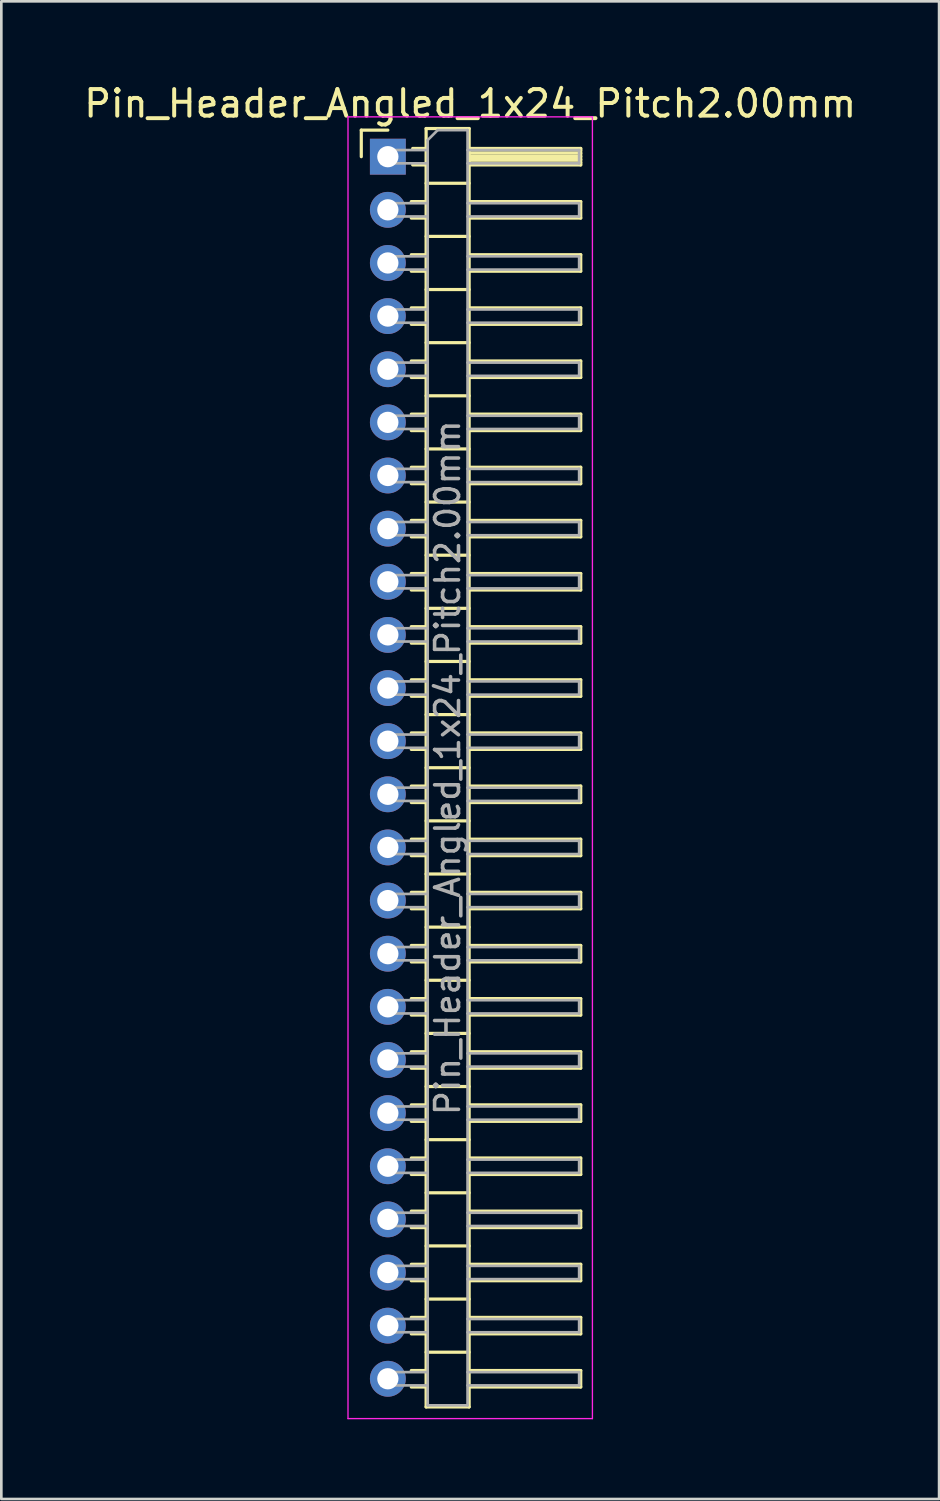
<source format=kicad_pcb>
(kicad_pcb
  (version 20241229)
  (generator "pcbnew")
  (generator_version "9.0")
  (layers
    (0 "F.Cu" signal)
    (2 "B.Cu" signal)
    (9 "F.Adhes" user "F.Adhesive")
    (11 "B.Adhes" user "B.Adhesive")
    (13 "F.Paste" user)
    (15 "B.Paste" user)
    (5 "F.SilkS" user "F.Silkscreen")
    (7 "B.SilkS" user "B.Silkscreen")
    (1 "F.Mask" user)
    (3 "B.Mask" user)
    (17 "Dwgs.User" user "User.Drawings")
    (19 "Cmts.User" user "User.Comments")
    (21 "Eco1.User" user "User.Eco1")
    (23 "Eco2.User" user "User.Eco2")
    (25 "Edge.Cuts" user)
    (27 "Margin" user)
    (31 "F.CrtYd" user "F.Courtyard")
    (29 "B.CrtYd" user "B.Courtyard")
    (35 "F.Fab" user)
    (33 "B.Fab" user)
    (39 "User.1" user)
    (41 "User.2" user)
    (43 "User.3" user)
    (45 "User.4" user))
  (footprint "Pin_Header_Angled_1x24_Pitch2.00mm"
    (layer "F.Cu")
    (at 11.549 2.848)
    (property "Reference" "Pin_Header_Angled_1x24_Pitch2.00mm" (at 3.1 -2 0) (layer "F.SilkS") (effects (font (size 1 1) (thickness 0.15))))
    (attr through_hole)
    (fp_line (start -1 -1) (end 0 -1) (stroke (width 0.12) (type solid)) (layer "F.SilkS"))
    (fp_line (start -1 0) (end -1 -1) (stroke (width 0.12) (type solid)) (layer "F.SilkS"))
    (fp_line (start 0.882 1.69) (end 1.44 1.69) (stroke (width 0.12) (type solid)) (layer "F.SilkS"))
    (fp_line (start 0.882 2.31) (end 1.44 2.31) (stroke (width 0.12) (type solid)) (layer "F.SilkS"))
    (fp_line (start 0.882 3.69) (end 1.44 3.69) (stroke (width 0.12) (type solid)) (layer "F.SilkS"))
    (fp_line (start 0.882 4.31) (end 1.44 4.31) (stroke (width 0.12) (type solid)) (layer "F.SilkS"))
    (fp_line (start 0.882 5.69) (end 1.44 5.69) (stroke (width 0.12) (type solid)) (layer "F.SilkS"))
    (fp_line (start 0.882 6.31) (end 1.44 6.31) (stroke (width 0.12) (type solid)) (layer "F.SilkS"))
    (fp_line (start 0.882 7.69) (end 1.44 7.69) (stroke (width 0.12) (type solid)) (layer "F.SilkS"))
    (fp_line (start 0.882 8.31) (end 1.44 8.31) (stroke (width 0.12) (type solid)) (layer "F.SilkS"))
    (fp_line (start 0.882 9.69) (end 1.44 9.69) (stroke (width 0.12) (type solid)) (layer "F.SilkS"))
    (fp_line (start 0.882 10.31) (end 1.44 10.31) (stroke (width 0.12) (type solid)) (layer "F.SilkS"))
    (fp_line (start 0.882 11.69) (end 1.44 11.69) (stroke (width 0.12) (type solid)) (layer "F.SilkS"))
    (fp_line (start 0.882 12.31) (end 1.44 12.31) (stroke (width 0.12) (type solid)) (layer "F.SilkS"))
    (fp_line (start 0.882 13.69) (end 1.44 13.69) (stroke (width 0.12) (type solid)) (layer "F.SilkS"))
    (fp_line (start 0.882 14.31) (end 1.44 14.31) (stroke (width 0.12) (type solid)) (layer "F.SilkS"))
    (fp_line (start 0.882 15.69) (end 1.44 15.69) (stroke (width 0.12) (type solid)) (layer "F.SilkS"))
    (fp_line (start 0.882 16.31) (end 1.44 16.31) (stroke (width 0.12) (type solid)) (layer "F.SilkS"))
    (fp_line (start 0.882 17.69) (end 1.44 17.69) (stroke (width 0.12) (type solid)) (layer "F.SilkS"))
    (fp_line (start 0.882 18.31) (end 1.44 18.31) (stroke (width 0.12) (type solid)) (layer "F.SilkS"))
    (fp_line (start 0.882 19.69) (end 1.44 19.69) (stroke (width 0.12) (type solid)) (layer "F.SilkS"))
    (fp_line (start 0.882 20.31) (end 1.44 20.31) (stroke (width 0.12) (type solid)) (layer "F.SilkS"))
    (fp_line (start 0.882 21.69) (end 1.44 21.69) (stroke (width 0.12) (type solid)) (layer "F.SilkS"))
    (fp_line (start 0.882 22.31) (end 1.44 22.31) (stroke (width 0.12) (type solid)) (layer "F.SilkS"))
    (fp_line (start 0.882 23.69) (end 1.44 23.69) (stroke (width 0.12) (type solid)) (layer "F.SilkS"))
    (fp_line (start 0.882 24.31) (end 1.44 24.31) (stroke (width 0.12) (type solid)) (layer "F.SilkS"))
    (fp_line (start 0.882 25.69) (end 1.44 25.69) (stroke (width 0.12) (type solid)) (layer "F.SilkS"))
    (fp_line (start 0.882 26.31) (end 1.44 26.31) (stroke (width 0.12) (type solid)) (layer "F.SilkS"))
    (fp_line (start 0.882 27.69) (end 1.44 27.69) (stroke (width 0.12) (type solid)) (layer "F.SilkS"))
    (fp_line (start 0.882 28.31) (end 1.44 28.31) (stroke (width 0.12) (type solid)) (layer "F.SilkS"))
    (fp_line (start 0.882 29.69) (end 1.44 29.69) (stroke (width 0.12) (type solid)) (layer "F.SilkS"))
    (fp_line (start 0.882 30.31) (end 1.44 30.31) (stroke (width 0.12) (type solid)) (layer "F.SilkS"))
    (fp_line (start 0.882 31.69) (end 1.44 31.69) (stroke (width 0.12) (type solid)) (layer "F.SilkS"))
    (fp_line (start 0.882 32.31) (end 1.44 32.31) (stroke (width 0.12) (type solid)) (layer "F.SilkS"))
    (fp_line (start 0.882 33.69) (end 1.44 33.69) (stroke (width 0.12) (type solid)) (layer "F.SilkS"))
    (fp_line (start 0.882 34.31) (end 1.44 34.31) (stroke (width 0.12) (type solid)) (layer "F.SilkS"))
    (fp_line (start 0.882 35.69) (end 1.44 35.69) (stroke (width 0.12) (type solid)) (layer "F.SilkS"))
    (fp_line (start 0.882 36.31) (end 1.44 36.31) (stroke (width 0.12) (type solid)) (layer "F.SilkS"))
    (fp_line (start 0.882 37.69) (end 1.44 37.69) (stroke (width 0.12) (type solid)) (layer "F.SilkS"))
    (fp_line (start 0.882 38.31) (end 1.44 38.31) (stroke (width 0.12) (type solid)) (layer "F.SilkS"))
    (fp_line (start 0.882 39.69) (end 1.44 39.69) (stroke (width 0.12) (type solid)) (layer "F.SilkS"))
    (fp_line (start 0.882 40.31) (end 1.44 40.31) (stroke (width 0.12) (type solid)) (layer "F.SilkS"))
    (fp_line (start 0.882 41.69) (end 1.44 41.69) (stroke (width 0.12) (type solid)) (layer "F.SilkS"))
    (fp_line (start 0.882 42.31) (end 1.44 42.31) (stroke (width 0.12) (type solid)) (layer "F.SilkS"))
    (fp_line (start 0.882 43.69) (end 1.44 43.69) (stroke (width 0.12) (type solid)) (layer "F.SilkS"))
    (fp_line (start 0.882 44.31) (end 1.44 44.31) (stroke (width 0.12) (type solid)) (layer "F.SilkS"))
    (fp_line (start 0.882 45.69) (end 1.44 45.69) (stroke (width 0.12) (type solid)) (layer "F.SilkS"))
    (fp_line (start 0.882 46.31) (end 1.44 46.31) (stroke (width 0.12) (type solid)) (layer "F.SilkS"))
    (fp_line (start 0.935 -0.31) (end 1.44 -0.31) (stroke (width 0.12) (type solid)) (layer "F.SilkS"))
    (fp_line (start 0.935 0.31) (end 1.44 0.31) (stroke (width 0.12) (type solid)) (layer "F.SilkS"))
    (fp_line (start 1.44 -1.06) (end 1.44 47.06) (stroke (width 0.12) (type solid)) (layer "F.SilkS"))
    (fp_line (start 1.44 1) (end 3.06 1) (stroke (width 0.12) (type solid)) (layer "F.SilkS"))
    (fp_line (start 1.44 3) (end 3.06 3) (stroke (width 0.12) (type solid)) (layer "F.SilkS"))
    (fp_line (start 1.44 5) (end 3.06 5) (stroke (width 0.12) (type solid)) (layer "F.SilkS"))
    (fp_line (start 1.44 7) (end 3.06 7) (stroke (width 0.12) (type solid)) (layer "F.SilkS"))
    (fp_line (start 1.44 9) (end 3.06 9) (stroke (width 0.12) (type solid)) (layer "F.SilkS"))
    (fp_line (start 1.44 11) (end 3.06 11) (stroke (width 0.12) (type solid)) (layer "F.SilkS"))
    (fp_line (start 1.44 13) (end 3.06 13) (stroke (width 0.12) (type solid)) (layer "F.SilkS"))
    (fp_line (start 1.44 15) (end 3.06 15) (stroke (width 0.12) (type solid)) (layer "F.SilkS"))
    (fp_line (start 1.44 17) (end 3.06 17) (stroke (width 0.12) (type solid)) (layer "F.SilkS"))
    (fp_line (start 1.44 19) (end 3.06 19) (stroke (width 0.12) (type solid)) (layer "F.SilkS"))
    (fp_line (start 1.44 21) (end 3.06 21) (stroke (width 0.12) (type solid)) (layer "F.SilkS"))
    (fp_line (start 1.44 23) (end 3.06 23) (stroke (width 0.12) (type solid)) (layer "F.SilkS"))
    (fp_line (start 1.44 25) (end 3.06 25) (stroke (width 0.12) (type solid)) (layer "F.SilkS"))
    (fp_line (start 1.44 27) (end 3.06 27) (stroke (width 0.12) (type solid)) (layer "F.SilkS"))
    (fp_line (start 1.44 29) (end 3.06 29) (stroke (width 0.12) (type solid)) (layer "F.SilkS"))
    (fp_line (start 1.44 31) (end 3.06 31) (stroke (width 0.12) (type solid)) (layer "F.SilkS"))
    (fp_line (start 1.44 33) (end 3.06 33) (stroke (width 0.12) (type solid)) (layer "F.SilkS"))
    (fp_line (start 1.44 35) (end 3.06 35) (stroke (width 0.12) (type solid)) (layer "F.SilkS"))
    (fp_line (start 1.44 37) (end 3.06 37) (stroke (width 0.12) (type solid)) (layer "F.SilkS"))
    (fp_line (start 1.44 39) (end 3.06 39) (stroke (width 0.12) (type solid)) (layer "F.SilkS"))
    (fp_line (start 1.44 41) (end 3.06 41) (stroke (width 0.12) (type solid)) (layer "F.SilkS"))
    (fp_line (start 1.44 43) (end 3.06 43) (stroke (width 0.12) (type solid)) (layer "F.SilkS"))
    (fp_line (start 1.44 45) (end 3.06 45) (stroke (width 0.12) (type solid)) (layer "F.SilkS"))
    (fp_line (start 1.44 47.06) (end 3.06 47.06) (stroke (width 0.12) (type solid)) (layer "F.SilkS"))
    (fp_line (start 3.06 -1.06) (end 1.44 -1.06) (stroke (width 0.12) (type solid)) (layer "F.SilkS"))
    (fp_line (start 3.06 -0.31) (end 7.26 -0.31) (stroke (width 0.12) (type solid)) (layer "F.SilkS"))
    (fp_line (start 3.06 -0.25) (end 7.26 -0.25) (stroke (width 0.12) (type solid)) (layer "F.SilkS"))
    (fp_line (start 3.06 -0.13) (end 7.26 -0.13) (stroke (width 0.12) (type solid)) (layer "F.SilkS"))
    (fp_line (start 3.06 -0.01) (end 7.26 -0.01) (stroke (width 0.12) (type solid)) (layer "F.SilkS"))
    (fp_line (start 3.06 0.11) (end 7.26 0.11) (stroke (width 0.12) (type solid)) (layer "F.SilkS"))
    (fp_line (start 3.06 0.23) (end 7.26 0.23) (stroke (width 0.12) (type solid)) (layer "F.SilkS"))
    (fp_line (start 3.06 1.69) (end 7.26 1.69) (stroke (width 0.12) (type solid)) (layer "F.SilkS"))
    (fp_line (start 3.06 3.69) (end 7.26 3.69) (stroke (width 0.12) (type solid)) (layer "F.SilkS"))
    (fp_line (start 3.06 5.69) (end 7.26 5.69) (stroke (width 0.12) (type solid)) (layer "F.SilkS"))
    (fp_line (start 3.06 7.69) (end 7.26 7.69) (stroke (width 0.12) (type solid)) (layer "F.SilkS"))
    (fp_line (start 3.06 9.69) (end 7.26 9.69) (stroke (width 0.12) (type solid)) (layer "F.SilkS"))
    (fp_line (start 3.06 11.69) (end 7.26 11.69) (stroke (width 0.12) (type solid)) (layer "F.SilkS"))
    (fp_line (start 3.06 13.69) (end 7.26 13.69) (stroke (width 0.12) (type solid)) (layer "F.SilkS"))
    (fp_line (start 3.06 15.69) (end 7.26 15.69) (stroke (width 0.12) (type solid)) (layer "F.SilkS"))
    (fp_line (start 3.06 17.69) (end 7.26 17.69) (stroke (width 0.12) (type solid)) (layer "F.SilkS"))
    (fp_line (start 3.06 19.69) (end 7.26 19.69) (stroke (width 0.12) (type solid)) (layer "F.SilkS"))
    (fp_line (start 3.06 21.69) (end 7.26 21.69) (stroke (width 0.12) (type solid)) (layer "F.SilkS"))
    (fp_line (start 3.06 23.69) (end 7.26 23.69) (stroke (width 0.12) (type solid)) (layer "F.SilkS"))
    (fp_line (start 3.06 25.69) (end 7.26 25.69) (stroke (width 0.12) (type solid)) (layer "F.SilkS"))
    (fp_line (start 3.06 27.69) (end 7.26 27.69) (stroke (width 0.12) (type solid)) (layer "F.SilkS"))
    (fp_line (start 3.06 29.69) (end 7.26 29.69) (stroke (width 0.12) (type solid)) (layer "F.SilkS"))
    (fp_line (start 3.06 31.69) (end 7.26 31.69) (stroke (width 0.12) (type solid)) (layer "F.SilkS"))
    (fp_line (start 3.06 33.69) (end 7.26 33.69) (stroke (width 0.12) (type solid)) (layer "F.SilkS"))
    (fp_line (start 3.06 35.69) (end 7.26 35.69) (stroke (width 0.12) (type solid)) (layer "F.SilkS"))
    (fp_line (start 3.06 37.69) (end 7.26 37.69) (stroke (width 0.12) (type solid)) (layer "F.SilkS"))
    (fp_line (start 3.06 39.69) (end 7.26 39.69) (stroke (width 0.12) (type solid)) (layer "F.SilkS"))
    (fp_line (start 3.06 41.69) (end 7.26 41.69) (stroke (width 0.12) (type solid)) (layer "F.SilkS"))
    (fp_line (start 3.06 43.69) (end 7.26 43.69) (stroke (width 0.12) (type solid)) (layer "F.SilkS"))
    (fp_line (start 3.06 45.69) (end 7.26 45.69) (stroke (width 0.12) (type solid)) (layer "F.SilkS"))
    (fp_line (start 3.06 47.06) (end 3.06 -1.06) (stroke (width 0.12) (type solid)) (layer "F.SilkS"))
    (fp_line (start 7.26 -0.31) (end 7.26 0.31) (stroke (width 0.12) (type solid)) (layer "F.SilkS"))
    (fp_line (start 7.26 0.31) (end 3.06 0.31) (stroke (width 0.12) (type solid)) (layer "F.SilkS"))
    (fp_line (start 7.26 1.69) (end 7.26 2.31) (stroke (width 0.12) (type solid)) (layer "F.SilkS"))
    (fp_line (start 7.26 2.31) (end 3.06 2.31) (stroke (width 0.12) (type solid)) (layer "F.SilkS"))
    (fp_line (start 7.26 3.69) (end 7.26 4.31) (stroke (width 0.12) (type solid)) (layer "F.SilkS"))
    (fp_line (start 7.26 4.31) (end 3.06 4.31) (stroke (width 0.12) (type solid)) (layer "F.SilkS"))
    (fp_line (start 7.26 5.69) (end 7.26 6.31) (stroke (width 0.12) (type solid)) (layer "F.SilkS"))
    (fp_line (start 7.26 6.31) (end 3.06 6.31) (stroke (width 0.12) (type solid)) (layer "F.SilkS"))
    (fp_line (start 7.26 7.69) (end 7.26 8.31) (stroke (width 0.12) (type solid)) (layer "F.SilkS"))
    (fp_line (start 7.26 8.31) (end 3.06 8.31) (stroke (width 0.12) (type solid)) (layer "F.SilkS"))
    (fp_line (start 7.26 9.69) (end 7.26 10.31) (stroke (width 0.12) (type solid)) (layer "F.SilkS"))
    (fp_line (start 7.26 10.31) (end 3.06 10.31) (stroke (width 0.12) (type solid)) (layer "F.SilkS"))
    (fp_line (start 7.26 11.69) (end 7.26 12.31) (stroke (width 0.12) (type solid)) (layer "F.SilkS"))
    (fp_line (start 7.26 12.31) (end 3.06 12.31) (stroke (width 0.12) (type solid)) (layer "F.SilkS"))
    (fp_line (start 7.26 13.69) (end 7.26 14.31) (stroke (width 0.12) (type solid)) (layer "F.SilkS"))
    (fp_line (start 7.26 14.31) (end 3.06 14.31) (stroke (width 0.12) (type solid)) (layer "F.SilkS"))
    (fp_line (start 7.26 15.69) (end 7.26 16.31) (stroke (width 0.12) (type solid)) (layer "F.SilkS"))
    (fp_line (start 7.26 16.31) (end 3.06 16.31) (stroke (width 0.12) (type solid)) (layer "F.SilkS"))
    (fp_line (start 7.26 17.69) (end 7.26 18.31) (stroke (width 0.12) (type solid)) (layer "F.SilkS"))
    (fp_line (start 7.26 18.31) (end 3.06 18.31) (stroke (width 0.12) (type solid)) (layer "F.SilkS"))
    (fp_line (start 7.26 19.69) (end 7.26 20.31) (stroke (width 0.12) (type solid)) (layer "F.SilkS"))
    (fp_line (start 7.26 20.31) (end 3.06 20.31) (stroke (width 0.12) (type solid)) (layer "F.SilkS"))
    (fp_line (start 7.26 21.69) (end 7.26 22.31) (stroke (width 0.12) (type solid)) (layer "F.SilkS"))
    (fp_line (start 7.26 22.31) (end 3.06 22.31) (stroke (width 0.12) (type solid)) (layer "F.SilkS"))
    (fp_line (start 7.26 23.69) (end 7.26 24.31) (stroke (width 0.12) (type solid)) (layer "F.SilkS"))
    (fp_line (start 7.26 24.31) (end 3.06 24.31) (stroke (width 0.12) (type solid)) (layer "F.SilkS"))
    (fp_line (start 7.26 25.69) (end 7.26 26.31) (stroke (width 0.12) (type solid)) (layer "F.SilkS"))
    (fp_line (start 7.26 26.31) (end 3.06 26.31) (stroke (width 0.12) (type solid)) (layer "F.SilkS"))
    (fp_line (start 7.26 27.69) (end 7.26 28.31) (stroke (width 0.12) (type solid)) (layer "F.SilkS"))
    (fp_line (start 7.26 28.31) (end 3.06 28.31) (stroke (width 0.12) (type solid)) (layer "F.SilkS"))
    (fp_line (start 7.26 29.69) (end 7.26 30.31) (stroke (width 0.12) (type solid)) (layer "F.SilkS"))
    (fp_line (start 7.26 30.31) (end 3.06 30.31) (stroke (width 0.12) (type solid)) (layer "F.SilkS"))
    (fp_line (start 7.26 31.69) (end 7.26 32.31) (stroke (width 0.12) (type solid)) (layer "F.SilkS"))
    (fp_line (start 7.26 32.31) (end 3.06 32.31) (stroke (width 0.12) (type solid)) (layer "F.SilkS"))
    (fp_line (start 7.26 33.69) (end 7.26 34.31) (stroke (width 0.12) (type solid)) (layer "F.SilkS"))
    (fp_line (start 7.26 34.31) (end 3.06 34.31) (stroke (width 0.12) (type solid)) (layer "F.SilkS"))
    (fp_line (start 7.26 35.69) (end 7.26 36.31) (stroke (width 0.12) (type solid)) (layer "F.SilkS"))
    (fp_line (start 7.26 36.31) (end 3.06 36.31) (stroke (width 0.12) (type solid)) (layer "F.SilkS"))
    (fp_line (start 7.26 37.69) (end 7.26 38.31) (stroke (width 0.12) (type solid)) (layer "F.SilkS"))
    (fp_line (start 7.26 38.31) (end 3.06 38.31) (stroke (width 0.12) (type solid)) (layer "F.SilkS"))
    (fp_line (start 7.26 39.69) (end 7.26 40.31) (stroke (width 0.12) (type solid)) (layer "F.SilkS"))
    (fp_line (start 7.26 40.31) (end 3.06 40.31) (stroke (width 0.12) (type solid)) (layer "F.SilkS"))
    (fp_line (start 7.26 41.69) (end 7.26 42.31) (stroke (width 0.12) (type solid)) (layer "F.SilkS"))
    (fp_line (start 7.26 42.31) (end 3.06 42.31) (stroke (width 0.12) (type solid)) (layer "F.SilkS"))
    (fp_line (start 7.26 43.69) (end 7.26 44.31) (stroke (width 0.12) (type solid)) (layer "F.SilkS"))
    (fp_line (start 7.26 44.31) (end 3.06 44.31) (stroke (width 0.12) (type solid)) (layer "F.SilkS"))
    (fp_line (start 7.26 45.69) (end 7.26 46.31) (stroke (width 0.12) (type solid)) (layer "F.SilkS"))
    (fp_line (start 7.26 46.31) (end 3.06 46.31) (stroke (width 0.12) (type solid)) (layer "F.SilkS"))
    (fp_line (start -1.5 -1.5) (end -1.5 47.5) (stroke (width 0.05) (type solid)) (layer "F.CrtYd"))
    (fp_line (start -1.5 47.5) (end 7.7 47.5) (stroke (width 0.05) (type solid)) (layer "F.CrtYd"))
    (fp_line (start 7.7 -1.5) (end -1.5 -1.5) (stroke (width 0.05) (type solid)) (layer "F.CrtYd"))
    (fp_line (start 7.7 47.5) (end 7.7 -1.5) (stroke (width 0.05) (type solid)) (layer "F.CrtYd"))
    (fp_line (start -0.25 -0.25) (end -0.25 0.25) (stroke (width 0.1) (type solid)) (layer "F.Fab"))
    (fp_line (start -0.25 -0.25) (end 1.5 -0.25) (stroke (width 0.1) (type solid)) (layer "F.Fab"))
    (fp_line (start -0.25 0.25) (end 1.5 0.25) (stroke (width 0.1) (type solid)) (layer "F.Fab"))
    (fp_line (start -0.25 1.75) (end -0.25 2.25) (stroke (width 0.1) (type solid)) (layer "F.Fab"))
    (fp_line (start -0.25 1.75) (end 1.5 1.75) (stroke (width 0.1) (type solid)) (layer "F.Fab"))
    (fp_line (start -0.25 2.25) (end 1.5 2.25) (stroke (width 0.1) (type solid)) (layer "F.Fab"))
    (fp_line (start -0.25 3.75) (end -0.25 4.25) (stroke (width 0.1) (type solid)) (layer "F.Fab"))
    (fp_line (start -0.25 3.75) (end 1.5 3.75) (stroke (width 0.1) (type solid)) (layer "F.Fab"))
    (fp_line (start -0.25 4.25) (end 1.5 4.25) (stroke (width 0.1) (type solid)) (layer "F.Fab"))
    (fp_line (start -0.25 5.75) (end -0.25 6.25) (stroke (width 0.1) (type solid)) (layer "F.Fab"))
    (fp_line (start -0.25 5.75) (end 1.5 5.75) (stroke (width 0.1) (type solid)) (layer "F.Fab"))
    (fp_line (start -0.25 6.25) (end 1.5 6.25) (stroke (width 0.1) (type solid)) (layer "F.Fab"))
    (fp_line (start -0.25 7.75) (end -0.25 8.25) (stroke (width 0.1) (type solid)) (layer "F.Fab"))
    (fp_line (start -0.25 7.75) (end 1.5 7.75) (stroke (width 0.1) (type solid)) (layer "F.Fab"))
    (fp_line (start -0.25 8.25) (end 1.5 8.25) (stroke (width 0.1) (type solid)) (layer "F.Fab"))
    (fp_line (start -0.25 9.75) (end -0.25 10.25) (stroke (width 0.1) (type solid)) (layer "F.Fab"))
    (fp_line (start -0.25 9.75) (end 1.5 9.75) (stroke (width 0.1) (type solid)) (layer "F.Fab"))
    (fp_line (start -0.25 10.25) (end 1.5 10.25) (stroke (width 0.1) (type solid)) (layer "F.Fab"))
    (fp_line (start -0.25 11.75) (end -0.25 12.25) (stroke (width 0.1) (type solid)) (layer "F.Fab"))
    (fp_line (start -0.25 11.75) (end 1.5 11.75) (stroke (width 0.1) (type solid)) (layer "F.Fab"))
    (fp_line (start -0.25 12.25) (end 1.5 12.25) (stroke (width 0.1) (type solid)) (layer "F.Fab"))
    (fp_line (start -0.25 13.75) (end -0.25 14.25) (stroke (width 0.1) (type solid)) (layer "F.Fab"))
    (fp_line (start -0.25 13.75) (end 1.5 13.75) (stroke (width 0.1) (type solid)) (layer "F.Fab"))
    (fp_line (start -0.25 14.25) (end 1.5 14.25) (stroke (width 0.1) (type solid)) (layer "F.Fab"))
    (fp_line (start -0.25 15.75) (end -0.25 16.25) (stroke (width 0.1) (type solid)) (layer "F.Fab"))
    (fp_line (start -0.25 15.75) (end 1.5 15.75) (stroke (width 0.1) (type solid)) (layer "F.Fab"))
    (fp_line (start -0.25 16.25) (end 1.5 16.25) (stroke (width 0.1) (type solid)) (layer "F.Fab"))
    (fp_line (start -0.25 17.75) (end -0.25 18.25) (stroke (width 0.1) (type solid)) (layer "F.Fab"))
    (fp_line (start -0.25 17.75) (end 1.5 17.75) (stroke (width 0.1) (type solid)) (layer "F.Fab"))
    (fp_line (start -0.25 18.25) (end 1.5 18.25) (stroke (width 0.1) (type solid)) (layer "F.Fab"))
    (fp_line (start -0.25 19.75) (end -0.25 20.25) (stroke (width 0.1) (type solid)) (layer "F.Fab"))
    (fp_line (start -0.25 19.75) (end 1.5 19.75) (stroke (width 0.1) (type solid)) (layer "F.Fab"))
    (fp_line (start -0.25 20.25) (end 1.5 20.25) (stroke (width 0.1) (type solid)) (layer "F.Fab"))
    (fp_line (start -0.25 21.75) (end -0.25 22.25) (stroke (width 0.1) (type solid)) (layer "F.Fab"))
    (fp_line (start -0.25 21.75) (end 1.5 21.75) (stroke (width 0.1) (type solid)) (layer "F.Fab"))
    (fp_line (start -0.25 22.25) (end 1.5 22.25) (stroke (width 0.1) (type solid)) (layer "F.Fab"))
    (fp_line (start -0.25 23.75) (end -0.25 24.25) (stroke (width 0.1) (type solid)) (layer "F.Fab"))
    (fp_line (start -0.25 23.75) (end 1.5 23.75) (stroke (width 0.1) (type solid)) (layer "F.Fab"))
    (fp_line (start -0.25 24.25) (end 1.5 24.25) (stroke (width 0.1) (type solid)) (layer "F.Fab"))
    (fp_line (start -0.25 25.75) (end -0.25 26.25) (stroke (width 0.1) (type solid)) (layer "F.Fab"))
    (fp_line (start -0.25 25.75) (end 1.5 25.75) (stroke (width 0.1) (type solid)) (layer "F.Fab"))
    (fp_line (start -0.25 26.25) (end 1.5 26.25) (stroke (width 0.1) (type solid)) (layer "F.Fab"))
    (fp_line (start -0.25 27.75) (end -0.25 28.25) (stroke (width 0.1) (type solid)) (layer "F.Fab"))
    (fp_line (start -0.25 27.75) (end 1.5 27.75) (stroke (width 0.1) (type solid)) (layer "F.Fab"))
    (fp_line (start -0.25 28.25) (end 1.5 28.25) (stroke (width 0.1) (type solid)) (layer "F.Fab"))
    (fp_line (start -0.25 29.75) (end -0.25 30.25) (stroke (width 0.1) (type solid)) (layer "F.Fab"))
    (fp_line (start -0.25 29.75) (end 1.5 29.75) (stroke (width 0.1) (type solid)) (layer "F.Fab"))
    (fp_line (start -0.25 30.25) (end 1.5 30.25) (stroke (width 0.1) (type solid)) (layer "F.Fab"))
    (fp_line (start -0.25 31.75) (end -0.25 32.25) (stroke (width 0.1) (type solid)) (layer "F.Fab"))
    (fp_line (start -0.25 31.75) (end 1.5 31.75) (stroke (width 0.1) (type solid)) (layer "F.Fab"))
    (fp_line (start -0.25 32.25) (end 1.5 32.25) (stroke (width 0.1) (type solid)) (layer "F.Fab"))
    (fp_line (start -0.25 33.75) (end -0.25 34.25) (stroke (width 0.1) (type solid)) (layer "F.Fab"))
    (fp_line (start -0.25 33.75) (end 1.5 33.75) (stroke (width 0.1) (type solid)) (layer "F.Fab"))
    (fp_line (start -0.25 34.25) (end 1.5 34.25) (stroke (width 0.1) (type solid)) (layer "F.Fab"))
    (fp_line (start -0.25 35.75) (end -0.25 36.25) (stroke (width 0.1) (type solid)) (layer "F.Fab"))
    (fp_line (start -0.25 35.75) (end 1.5 35.75) (stroke (width 0.1) (type solid)) (layer "F.Fab"))
    (fp_line (start -0.25 36.25) (end 1.5 36.25) (stroke (width 0.1) (type solid)) (layer "F.Fab"))
    (fp_line (start -0.25 37.75) (end -0.25 38.25) (stroke (width 0.1) (type solid)) (layer "F.Fab"))
    (fp_line (start -0.25 37.75) (end 1.5 37.75) (stroke (width 0.1) (type solid)) (layer "F.Fab"))
    (fp_line (start -0.25 38.25) (end 1.5 38.25) (stroke (width 0.1) (type solid)) (layer "F.Fab"))
    (fp_line (start -0.25 39.75) (end -0.25 40.25) (stroke (width 0.1) (type solid)) (layer "F.Fab"))
    (fp_line (start -0.25 39.75) (end 1.5 39.75) (stroke (width 0.1) (type solid)) (layer "F.Fab"))
    (fp_line (start -0.25 40.25) (end 1.5 40.25) (stroke (width 0.1) (type solid)) (layer "F.Fab"))
    (fp_line (start -0.25 41.75) (end -0.25 42.25) (stroke (width 0.1) (type solid)) (layer "F.Fab"))
    (fp_line (start -0.25 41.75) (end 1.5 41.75) (stroke (width 0.1) (type solid)) (layer "F.Fab"))
    (fp_line (start -0.25 42.25) (end 1.5 42.25) (stroke (width 0.1) (type solid)) (layer "F.Fab"))
    (fp_line (start -0.25 43.75) (end -0.25 44.25) (stroke (width 0.1) (type solid)) (layer "F.Fab"))
    (fp_line (start -0.25 43.75) (end 1.5 43.75) (stroke (width 0.1) (type solid)) (layer "F.Fab"))
    (fp_line (start -0.25 44.25) (end 1.5 44.25) (stroke (width 0.1) (type solid)) (layer "F.Fab"))
    (fp_line (start -0.25 45.75) (end -0.25 46.25) (stroke (width 0.1) (type solid)) (layer "F.Fab"))
    (fp_line (start -0.25 45.75) (end 1.5 45.75) (stroke (width 0.1) (type solid)) (layer "F.Fab"))
    (fp_line (start -0.25 46.25) (end 1.5 46.25) (stroke (width 0.1) (type solid)) (layer "F.Fab"))
    (fp_line (start 1.5 -0.625) (end 1.875 -1) (stroke (width 0.1) (type solid)) (layer "F.Fab"))
    (fp_line (start 1.5 47) (end 1.5 -0.625) (stroke (width 0.1) (type solid)) (layer "F.Fab"))
    (fp_line (start 1.875 -1) (end 3 -1) (stroke (width 0.1) (type solid)) (layer "F.Fab"))
    (fp_line (start 3 -1) (end 3 47) (stroke (width 0.1) (type solid)) (layer "F.Fab"))
    (fp_line (start 3 -0.25) (end 7.2 -0.25) (stroke (width 0.1) (type solid)) (layer "F.Fab"))
    (fp_line (start 3 0.25) (end 7.2 0.25) (stroke (width 0.1) (type solid)) (layer "F.Fab"))
    (fp_line (start 3 1.75) (end 7.2 1.75) (stroke (width 0.1) (type solid)) (layer "F.Fab"))
    (fp_line (start 3 2.25) (end 7.2 2.25) (stroke (width 0.1) (type solid)) (layer "F.Fab"))
    (fp_line (start 3 3.75) (end 7.2 3.75) (stroke (width 0.1) (type solid)) (layer "F.Fab"))
    (fp_line (start 3 4.25) (end 7.2 4.25) (stroke (width 0.1) (type solid)) (layer "F.Fab"))
    (fp_line (start 3 5.75) (end 7.2 5.75) (stroke (width 0.1) (type solid)) (layer "F.Fab"))
    (fp_line (start 3 6.25) (end 7.2 6.25) (stroke (width 0.1) (type solid)) (layer "F.Fab"))
    (fp_line (start 3 7.75) (end 7.2 7.75) (stroke (width 0.1) (type solid)) (layer "F.Fab"))
    (fp_line (start 3 8.25) (end 7.2 8.25) (stroke (width 0.1) (type solid)) (layer "F.Fab"))
    (fp_line (start 3 9.75) (end 7.2 9.75) (stroke (width 0.1) (type solid)) (layer "F.Fab"))
    (fp_line (start 3 10.25) (end 7.2 10.25) (stroke (width 0.1) (type solid)) (layer "F.Fab"))
    (fp_line (start 3 11.75) (end 7.2 11.75) (stroke (width 0.1) (type solid)) (layer "F.Fab"))
    (fp_line (start 3 12.25) (end 7.2 12.25) (stroke (width 0.1) (type solid)) (layer "F.Fab"))
    (fp_line (start 3 13.75) (end 7.2 13.75) (stroke (width 0.1) (type solid)) (layer "F.Fab"))
    (fp_line (start 3 14.25) (end 7.2 14.25) (stroke (width 0.1) (type solid)) (layer "F.Fab"))
    (fp_line (start 3 15.75) (end 7.2 15.75) (stroke (width 0.1) (type solid)) (layer "F.Fab"))
    (fp_line (start 3 16.25) (end 7.2 16.25) (stroke (width 0.1) (type solid)) (layer "F.Fab"))
    (fp_line (start 3 17.75) (end 7.2 17.75) (stroke (width 0.1) (type solid)) (layer "F.Fab"))
    (fp_line (start 3 18.25) (end 7.2 18.25) (stroke (width 0.1) (type solid)) (layer "F.Fab"))
    (fp_line (start 3 19.75) (end 7.2 19.75) (stroke (width 0.1) (type solid)) (layer "F.Fab"))
    (fp_line (start 3 20.25) (end 7.2 20.25) (stroke (width 0.1) (type solid)) (layer "F.Fab"))
    (fp_line (start 3 21.75) (end 7.2 21.75) (stroke (width 0.1) (type solid)) (layer "F.Fab"))
    (fp_line (start 3 22.25) (end 7.2 22.25) (stroke (width 0.1) (type solid)) (layer "F.Fab"))
    (fp_line (start 3 23.75) (end 7.2 23.75) (stroke (width 0.1) (type solid)) (layer "F.Fab"))
    (fp_line (start 3 24.25) (end 7.2 24.25) (stroke (width 0.1) (type solid)) (layer "F.Fab"))
    (fp_line (start 3 25.75) (end 7.2 25.75) (stroke (width 0.1) (type solid)) (layer "F.Fab"))
    (fp_line (start 3 26.25) (end 7.2 26.25) (stroke (width 0.1) (type solid)) (layer "F.Fab"))
    (fp_line (start 3 27.75) (end 7.2 27.75) (stroke (width 0.1) (type solid)) (layer "F.Fab"))
    (fp_line (start 3 28.25) (end 7.2 28.25) (stroke (width 0.1) (type solid)) (layer "F.Fab"))
    (fp_line (start 3 29.75) (end 7.2 29.75) (stroke (width 0.1) (type solid)) (layer "F.Fab"))
    (fp_line (start 3 30.25) (end 7.2 30.25) (stroke (width 0.1) (type solid)) (layer "F.Fab"))
    (fp_line (start 3 31.75) (end 7.2 31.75) (stroke (width 0.1) (type solid)) (layer "F.Fab"))
    (fp_line (start 3 32.25) (end 7.2 32.25) (stroke (width 0.1) (type solid)) (layer "F.Fab"))
    (fp_line (start 3 33.75) (end 7.2 33.75) (stroke (width 0.1) (type solid)) (layer "F.Fab"))
    (fp_line (start 3 34.25) (end 7.2 34.25) (stroke (width 0.1) (type solid)) (layer "F.Fab"))
    (fp_line (start 3 35.75) (end 7.2 35.75) (stroke (width 0.1) (type solid)) (layer "F.Fab"))
    (fp_line (start 3 36.25) (end 7.2 36.25) (stroke (width 0.1) (type solid)) (layer "F.Fab"))
    (fp_line (start 3 37.75) (end 7.2 37.75) (stroke (width 0.1) (type solid)) (layer "F.Fab"))
    (fp_line (start 3 38.25) (end 7.2 38.25) (stroke (width 0.1) (type solid)) (layer "F.Fab"))
    (fp_line (start 3 39.75) (end 7.2 39.75) (stroke (width 0.1) (type solid)) (layer "F.Fab"))
    (fp_line (start 3 40.25) (end 7.2 40.25) (stroke (width 0.1) (type solid)) (layer "F.Fab"))
    (fp_line (start 3 41.75) (end 7.2 41.75) (stroke (width 0.1) (type solid)) (layer "F.Fab"))
    (fp_line (start 3 42.25) (end 7.2 42.25) (stroke (width 0.1) (type solid)) (layer "F.Fab"))
    (fp_line (start 3 43.75) (end 7.2 43.75) (stroke (width 0.1) (type solid)) (layer "F.Fab"))
    (fp_line (start 3 44.25) (end 7.2 44.25) (stroke (width 0.1) (type solid)) (layer "F.Fab"))
    (fp_line (start 3 45.75) (end 7.2 45.75) (stroke (width 0.1) (type solid)) (layer "F.Fab"))
    (fp_line (start 3 46.25) (end 7.2 46.25) (stroke (width 0.1) (type solid)) (layer "F.Fab"))
    (fp_line (start 3 47) (end 1.5 47) (stroke (width 0.1) (type solid)) (layer "F.Fab"))
    (fp_line (start 7.2 -0.25) (end 7.2 0.25) (stroke (width 0.1) (type solid)) (layer "F.Fab"))
    (fp_line (start 7.2 1.75) (end 7.2 2.25) (stroke (width 0.1) (type solid)) (layer "F.Fab"))
    (fp_line (start 7.2 3.75) (end 7.2 4.25) (stroke (width 0.1) (type solid)) (layer "F.Fab"))
    (fp_line (start 7.2 5.75) (end 7.2 6.25) (stroke (width 0.1) (type solid)) (layer "F.Fab"))
    (fp_line (start 7.2 7.75) (end 7.2 8.25) (stroke (width 0.1) (type solid)) (layer "F.Fab"))
    (fp_line (start 7.2 9.75) (end 7.2 10.25) (stroke (width 0.1) (type solid)) (layer "F.Fab"))
    (fp_line (start 7.2 11.75) (end 7.2 12.25) (stroke (width 0.1) (type solid)) (layer "F.Fab"))
    (fp_line (start 7.2 13.75) (end 7.2 14.25) (stroke (width 0.1) (type solid)) (layer "F.Fab"))
    (fp_line (start 7.2 15.75) (end 7.2 16.25) (stroke (width 0.1) (type solid)) (layer "F.Fab"))
    (fp_line (start 7.2 17.75) (end 7.2 18.25) (stroke (width 0.1) (type solid)) (layer "F.Fab"))
    (fp_line (start 7.2 19.75) (end 7.2 20.25) (stroke (width 0.1) (type solid)) (layer "F.Fab"))
    (fp_line (start 7.2 21.75) (end 7.2 22.25) (stroke (width 0.1) (type solid)) (layer "F.Fab"))
    (fp_line (start 7.2 23.75) (end 7.2 24.25) (stroke (width 0.1) (type solid)) (layer "F.Fab"))
    (fp_line (start 7.2 25.75) (end 7.2 26.25) (stroke (width 0.1) (type solid)) (layer "F.Fab"))
    (fp_line (start 7.2 27.75) (end 7.2 28.25) (stroke (width 0.1) (type solid)) (layer "F.Fab"))
    (fp_line (start 7.2 29.75) (end 7.2 30.25) (stroke (width 0.1) (type solid)) (layer "F.Fab"))
    (fp_line (start 7.2 31.75) (end 7.2 32.25) (stroke (width 0.1) (type solid)) (layer "F.Fab"))
    (fp_line (start 7.2 33.75) (end 7.2 34.25) (stroke (width 0.1) (type solid)) (layer "F.Fab"))
    (fp_line (start 7.2 35.75) (end 7.2 36.25) (stroke (width 0.1) (type solid)) (layer "F.Fab"))
    (fp_line (start 7.2 37.75) (end 7.2 38.25) (stroke (width 0.1) (type solid)) (layer "F.Fab"))
    (fp_line (start 7.2 39.75) (end 7.2 40.25) (stroke (width 0.1) (type solid)) (layer "F.Fab"))
    (fp_line (start 7.2 41.75) (end 7.2 42.25) (stroke (width 0.1) (type solid)) (layer "F.Fab"))
    (fp_line (start 7.2 43.75) (end 7.2 44.25) (stroke (width 0.1) (type solid)) (layer "F.Fab"))
    (fp_line (start 7.2 45.75) (end 7.2 46.25) (stroke (width 0.1) (type solid)) (layer "F.Fab"))
    (fp_text user "${REFERENCE}" (at 2.25 23 90) (layer "F.Fab") (effects (font (size 0.9 0.9) (thickness 0.135))))
    (pad "1" thru_hole rect (at 0 0) (size 1.35 1.35) (drill 0.8) (layers "*.Cu" "*.Mask"))
    (pad "2" thru_hole oval (at 0 2) (size 1.35 1.35) (drill 0.8) (layers "*.Cu" "*.Mask"))
    (pad "3" thru_hole oval (at 0 4) (size 1.35 1.35) (drill 0.8) (layers "*.Cu" "*.Mask"))
    (pad "4" thru_hole oval (at 0 6) (size 1.35 1.35) (drill 0.8) (layers "*.Cu" "*.Mask"))
    (pad "5" thru_hole oval (at 0 8) (size 1.35 1.35) (drill 0.8) (layers "*.Cu" "*.Mask"))
    (pad "6" thru_hole oval (at 0 10) (size 1.35 1.35) (drill 0.8) (layers "*.Cu" "*.Mask"))
    (pad "7" thru_hole oval (at 0 12) (size 1.35 1.35) (drill 0.8) (layers "*.Cu" "*.Mask"))
    (pad "8" thru_hole oval (at 0 14) (size 1.35 1.35) (drill 0.8) (layers "*.Cu" "*.Mask"))
    (pad "9" thru_hole oval (at 0 16) (size 1.35 1.35) (drill 0.8) (layers "*.Cu" "*.Mask"))
    (pad "10" thru_hole oval (at 0 18) (size 1.35 1.35) (drill 0.8) (layers "*.Cu" "*.Mask"))
    (pad "11" thru_hole oval (at 0 20) (size 1.35 1.35) (drill 0.8) (layers "*.Cu" "*.Mask"))
    (pad "12" thru_hole oval (at 0 22) (size 1.35 1.35) (drill 0.8) (layers "*.Cu" "*.Mask"))
    (pad "13" thru_hole oval (at 0 24) (size 1.35 1.35) (drill 0.8) (layers "*.Cu" "*.Mask"))
    (pad "14" thru_hole oval (at 0 26) (size 1.35 1.35) (drill 0.8) (layers "*.Cu" "*.Mask"))
    (pad "15" thru_hole oval (at 0 28) (size 1.35 1.35) (drill 0.8) (layers "*.Cu" "*.Mask"))
    (pad "16" thru_hole oval (at 0 30) (size 1.35 1.35) (drill 0.8) (layers "*.Cu" "*.Mask"))
    (pad "17" thru_hole oval (at 0 32) (size 1.35 1.35) (drill 0.8) (layers "*.Cu" "*.Mask"))
    (pad "18" thru_hole oval (at 0 34) (size 1.35 1.35) (drill 0.8) (layers "*.Cu" "*.Mask"))
    (pad "19" thru_hole oval (at 0 36) (size 1.35 1.35) (drill 0.8) (layers "*.Cu" "*.Mask"))
    (pad "20" thru_hole oval (at 0 38) (size 1.35 1.35) (drill 0.8) (layers "*.Cu" "*.Mask"))
    (pad "21" thru_hole oval (at 0 40) (size 1.35 1.35) (drill 0.8) (layers "*.Cu" "*.Mask"))
    (pad "22" thru_hole oval (at 0 42) (size 1.35 1.35) (drill 0.8) (layers "*.Cu" "*.Mask"))
    (pad "23" thru_hole oval (at 0 44) (size 1.35 1.35) (drill 0.8) (layers "*.Cu" "*.Mask"))
    (pad "24" thru_hole oval (at 0 46) (size 1.35 1.35) (drill 0.8) (layers "*.Cu" "*.Mask")))
  (gr_rect
    (start -3 -3)
    (end 32.298 53.373)
    (stroke (width 0.1) (type default))
    (fill no)
    (layer "Edge.Cuts")))
</source>
